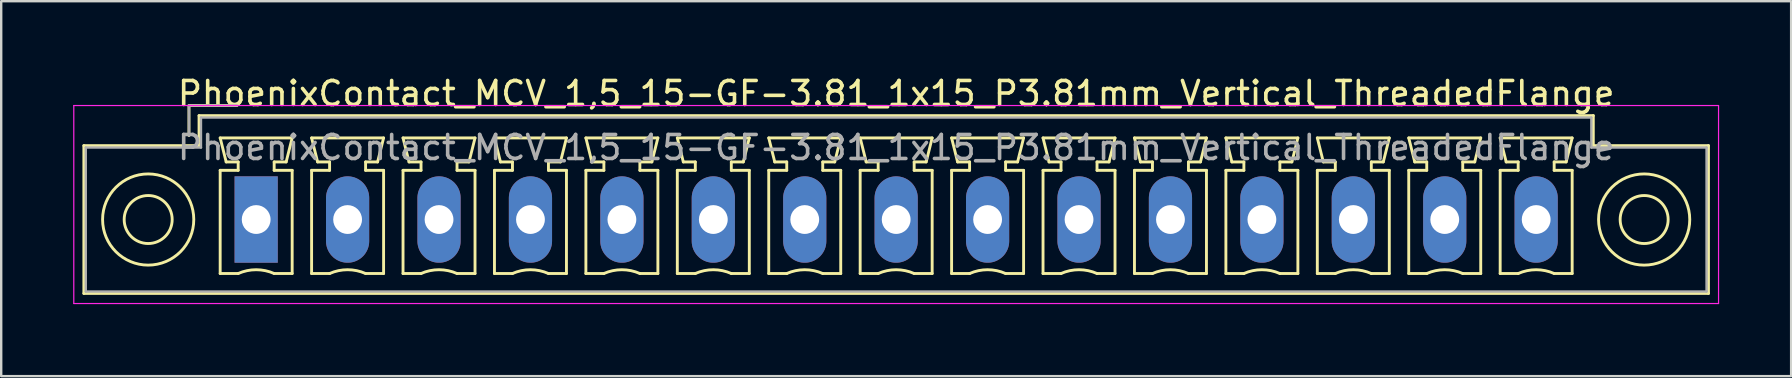
<source format=kicad_pcb>
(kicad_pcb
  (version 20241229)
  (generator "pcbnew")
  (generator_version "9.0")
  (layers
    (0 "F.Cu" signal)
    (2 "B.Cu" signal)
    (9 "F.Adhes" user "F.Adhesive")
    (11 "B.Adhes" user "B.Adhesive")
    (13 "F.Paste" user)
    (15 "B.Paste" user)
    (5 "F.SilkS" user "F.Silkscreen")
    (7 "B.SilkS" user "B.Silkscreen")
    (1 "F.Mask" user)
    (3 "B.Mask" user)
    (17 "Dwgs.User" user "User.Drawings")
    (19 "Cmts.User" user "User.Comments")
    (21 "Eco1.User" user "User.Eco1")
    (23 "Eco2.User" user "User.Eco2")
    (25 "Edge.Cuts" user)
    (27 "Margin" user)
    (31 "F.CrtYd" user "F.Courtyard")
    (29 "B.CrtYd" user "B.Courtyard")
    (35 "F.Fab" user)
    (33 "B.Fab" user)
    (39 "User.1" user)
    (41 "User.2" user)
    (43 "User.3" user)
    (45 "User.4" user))
  (footprint "PhoenixContact_MCV_1,5_15-GF-3.81_1x15_P3.81mm_Vertical_ThreadedFlange"
    (layer "F.Cu")
    (at 7.625 6.098)
    (property "Reference" "PhoenixContact_MCV_1,5_15-GF-3.81_1x15_P3.81mm_Vertical_ThreadedFlange" (at 26.67 -5.25 0) (layer "F.SilkS") (effects (font (size 1 1) (thickness 0.15))))
    (attr through_hole)
    (fp_line (start -7.18 -3.08) (end -7.18 3.08) (stroke (width 0.12) (type solid)) (layer "F.SilkS"))
    (fp_line (start -7.18 3.08) (end 60.52 3.08) (stroke (width 0.12) (type solid)) (layer "F.SilkS"))
    (fp_line (start -2.8 -4.75) (end -0.8 -4.75) (stroke (width 0.12) (type solid)) (layer "F.SilkS"))
    (fp_line (start -2.8 -3.5) (end -2.8 -4.75) (stroke (width 0.12) (type solid)) (layer "F.SilkS"))
    (fp_line (start -2.38 -4.33) (end -2.38 -3.08) (stroke (width 0.12) (type solid)) (layer "F.SilkS"))
    (fp_line (start -2.38 -3.08) (end -7.18 -3.08) (stroke (width 0.12) (type solid)) (layer "F.SilkS"))
    (fp_line (start -1.5 -3.4) (end 1.5 -3.4) (stroke (width 0.12) (type solid)) (layer "F.SilkS"))
    (fp_line (start -1.5 -2.05) (end -0.75 -2.05) (stroke (width 0.12) (type solid)) (layer "F.SilkS"))
    (fp_line (start -1.5 2.25) (end -1.5 -2.05) (stroke (width 0.12) (type solid)) (layer "F.SilkS"))
    (fp_line (start -1.25 -2.4) (end -1.5 -3.4) (stroke (width 0.12) (type solid)) (layer "F.SilkS"))
    (fp_line (start -0.75 -2.4) (end -1.25 -2.4) (stroke (width 0.12) (type solid)) (layer "F.SilkS"))
    (fp_line (start -0.75 -2.05) (end -0.75 -2.4) (stroke (width 0.12) (type solid)) (layer "F.SilkS"))
    (fp_line (start -0.75 2.25) (end -1.5 2.25) (stroke (width 0.12) (type solid)) (layer "F.SilkS"))
    (fp_line (start 0.75 -2.4) (end 0.75 -2.05) (stroke (width 0.12) (type solid)) (layer "F.SilkS"))
    (fp_line (start 0.75 -2.05) (end 1.5 -2.05) (stroke (width 0.12) (type solid)) (layer "F.SilkS"))
    (fp_line (start 1.25 -2.4) (end 0.75 -2.4) (stroke (width 0.12) (type solid)) (layer "F.SilkS"))
    (fp_line (start 1.5 -3.4) (end 1.25 -2.4) (stroke (width 0.12) (type solid)) (layer "F.SilkS"))
    (fp_line (start 1.5 -2.05) (end 1.5 2.25) (stroke (width 0.12) (type solid)) (layer "F.SilkS"))
    (fp_line (start 1.5 2.25) (end 0.75 2.25) (stroke (width 0.12) (type solid)) (layer "F.SilkS"))
    (fp_line (start 2.31 -3.4) (end 5.31 -3.4) (stroke (width 0.12) (type solid)) (layer "F.SilkS"))
    (fp_line (start 2.31 -2.05) (end 3.06 -2.05) (stroke (width 0.12) (type solid)) (layer "F.SilkS"))
    (fp_line (start 2.31 2.25) (end 2.31 -2.05) (stroke (width 0.12) (type solid)) (layer "F.SilkS"))
    (fp_line (start 2.56 -2.4) (end 2.31 -3.4) (stroke (width 0.12) (type solid)) (layer "F.SilkS"))
    (fp_line (start 3.06 -2.4) (end 2.56 -2.4) (stroke (width 0.12) (type solid)) (layer "F.SilkS"))
    (fp_line (start 3.06 -2.05) (end 3.06 -2.4) (stroke (width 0.12) (type solid)) (layer "F.SilkS"))
    (fp_line (start 3.06 2.25) (end 2.31 2.25) (stroke (width 0.12) (type solid)) (layer "F.SilkS"))
    (fp_line (start 4.56 -2.4) (end 4.56 -2.05) (stroke (width 0.12) (type solid)) (layer "F.SilkS"))
    (fp_line (start 4.56 -2.05) (end 5.31 -2.05) (stroke (width 0.12) (type solid)) (layer "F.SilkS"))
    (fp_line (start 5.06 -2.4) (end 4.56 -2.4) (stroke (width 0.12) (type solid)) (layer "F.SilkS"))
    (fp_line (start 5.31 -3.4) (end 5.06 -2.4) (stroke (width 0.12) (type solid)) (layer "F.SilkS"))
    (fp_line (start 5.31 -2.05) (end 5.31 2.25) (stroke (width 0.12) (type solid)) (layer "F.SilkS"))
    (fp_line (start 5.31 2.25) (end 4.56 2.25) (stroke (width 0.12) (type solid)) (layer "F.SilkS"))
    (fp_line (start 6.12 -3.4) (end 9.12 -3.4) (stroke (width 0.12) (type solid)) (layer "F.SilkS"))
    (fp_line (start 6.12 -2.05) (end 6.87 -2.05) (stroke (width 0.12) (type solid)) (layer "F.SilkS"))
    (fp_line (start 6.12 2.25) (end 6.12 -2.05) (stroke (width 0.12) (type solid)) (layer "F.SilkS"))
    (fp_line (start 6.37 -2.4) (end 6.12 -3.4) (stroke (width 0.12) (type solid)) (layer "F.SilkS"))
    (fp_line (start 6.87 -2.4) (end 6.37 -2.4) (stroke (width 0.12) (type solid)) (layer "F.SilkS"))
    (fp_line (start 6.87 -2.05) (end 6.87 -2.4) (stroke (width 0.12) (type solid)) (layer "F.SilkS"))
    (fp_line (start 6.87 2.25) (end 6.12 2.25) (stroke (width 0.12) (type solid)) (layer "F.SilkS"))
    (fp_line (start 8.37 -2.4) (end 8.37 -2.05) (stroke (width 0.12) (type solid)) (layer "F.SilkS"))
    (fp_line (start 8.37 -2.05) (end 9.12 -2.05) (stroke (width 0.12) (type solid)) (layer "F.SilkS"))
    (fp_line (start 8.87 -2.4) (end 8.37 -2.4) (stroke (width 0.12) (type solid)) (layer "F.SilkS"))
    (fp_line (start 9.12 -3.4) (end 8.87 -2.4) (stroke (width 0.12) (type solid)) (layer "F.SilkS"))
    (fp_line (start 9.12 -2.05) (end 9.12 2.25) (stroke (width 0.12) (type solid)) (layer "F.SilkS"))
    (fp_line (start 9.12 2.25) (end 8.37 2.25) (stroke (width 0.12) (type solid)) (layer "F.SilkS"))
    (fp_line (start 9.93 -3.4) (end 12.93 -3.4) (stroke (width 0.12) (type solid)) (layer "F.SilkS"))
    (fp_line (start 9.93 -2.05) (end 10.68 -2.05) (stroke (width 0.12) (type solid)) (layer "F.SilkS"))
    (fp_line (start 9.93 2.25) (end 9.93 -2.05) (stroke (width 0.12) (type solid)) (layer "F.SilkS"))
    (fp_line (start 10.18 -2.4) (end 9.93 -3.4) (stroke (width 0.12) (type solid)) (layer "F.SilkS"))
    (fp_line (start 10.68 -2.4) (end 10.18 -2.4) (stroke (width 0.12) (type solid)) (layer "F.SilkS"))
    (fp_line (start 10.68 -2.05) (end 10.68 -2.4) (stroke (width 0.12) (type solid)) (layer "F.SilkS"))
    (fp_line (start 10.68 2.25) (end 9.93 2.25) (stroke (width 0.12) (type solid)) (layer "F.SilkS"))
    (fp_line (start 12.18 -2.4) (end 12.18 -2.05) (stroke (width 0.12) (type solid)) (layer "F.SilkS"))
    (fp_line (start 12.18 -2.05) (end 12.93 -2.05) (stroke (width 0.12) (type solid)) (layer "F.SilkS"))
    (fp_line (start 12.68 -2.4) (end 12.18 -2.4) (stroke (width 0.12) (type solid)) (layer "F.SilkS"))
    (fp_line (start 12.93 -3.4) (end 12.68 -2.4) (stroke (width 0.12) (type solid)) (layer "F.SilkS"))
    (fp_line (start 12.93 -2.05) (end 12.93 2.25) (stroke (width 0.12) (type solid)) (layer "F.SilkS"))
    (fp_line (start 12.93 2.25) (end 12.18 2.25) (stroke (width 0.12) (type solid)) (layer "F.SilkS"))
    (fp_line (start 13.74 -3.4) (end 16.74 -3.4) (stroke (width 0.12) (type solid)) (layer "F.SilkS"))
    (fp_line (start 13.74 -2.05) (end 14.49 -2.05) (stroke (width 0.12) (type solid)) (layer "F.SilkS"))
    (fp_line (start 13.74 2.25) (end 13.74 -2.05) (stroke (width 0.12) (type solid)) (layer "F.SilkS"))
    (fp_line (start 13.99 -2.4) (end 13.74 -3.4) (stroke (width 0.12) (type solid)) (layer "F.SilkS"))
    (fp_line (start 14.49 -2.4) (end 13.99 -2.4) (stroke (width 0.12) (type solid)) (layer "F.SilkS"))
    (fp_line (start 14.49 -2.05) (end 14.49 -2.4) (stroke (width 0.12) (type solid)) (layer "F.SilkS"))
    (fp_line (start 14.49 2.25) (end 13.74 2.25) (stroke (width 0.12) (type solid)) (layer "F.SilkS"))
    (fp_line (start 15.99 -2.4) (end 15.99 -2.05) (stroke (width 0.12) (type solid)) (layer "F.SilkS"))
    (fp_line (start 15.99 -2.05) (end 16.74 -2.05) (stroke (width 0.12) (type solid)) (layer "F.SilkS"))
    (fp_line (start 16.49 -2.4) (end 15.99 -2.4) (stroke (width 0.12) (type solid)) (layer "F.SilkS"))
    (fp_line (start 16.74 -3.4) (end 16.49 -2.4) (stroke (width 0.12) (type solid)) (layer "F.SilkS"))
    (fp_line (start 16.74 -2.05) (end 16.74 2.25) (stroke (width 0.12) (type solid)) (layer "F.SilkS"))
    (fp_line (start 16.74 2.25) (end 15.99 2.25) (stroke (width 0.12) (type solid)) (layer "F.SilkS"))
    (fp_line (start 17.55 -3.4) (end 20.55 -3.4) (stroke (width 0.12) (type solid)) (layer "F.SilkS"))
    (fp_line (start 17.55 -2.05) (end 18.3 -2.05) (stroke (width 0.12) (type solid)) (layer "F.SilkS"))
    (fp_line (start 17.55 2.25) (end 17.55 -2.05) (stroke (width 0.12) (type solid)) (layer "F.SilkS"))
    (fp_line (start 17.8 -2.4) (end 17.55 -3.4) (stroke (width 0.12) (type solid)) (layer "F.SilkS"))
    (fp_line (start 18.3 -2.4) (end 17.8 -2.4) (stroke (width 0.12) (type solid)) (layer "F.SilkS"))
    (fp_line (start 18.3 -2.05) (end 18.3 -2.4) (stroke (width 0.12) (type solid)) (layer "F.SilkS"))
    (fp_line (start 18.3 2.25) (end 17.55 2.25) (stroke (width 0.12) (type solid)) (layer "F.SilkS"))
    (fp_line (start 19.8 -2.4) (end 19.8 -2.05) (stroke (width 0.12) (type solid)) (layer "F.SilkS"))
    (fp_line (start 19.8 -2.05) (end 20.55 -2.05) (stroke (width 0.12) (type solid)) (layer "F.SilkS"))
    (fp_line (start 20.3 -2.4) (end 19.8 -2.4) (stroke (width 0.12) (type solid)) (layer "F.SilkS"))
    (fp_line (start 20.55 -3.4) (end 20.3 -2.4) (stroke (width 0.12) (type solid)) (layer "F.SilkS"))
    (fp_line (start 20.55 -2.05) (end 20.55 2.25) (stroke (width 0.12) (type solid)) (layer "F.SilkS"))
    (fp_line (start 20.55 2.25) (end 19.8 2.25) (stroke (width 0.12) (type solid)) (layer "F.SilkS"))
    (fp_line (start 21.36 -3.4) (end 24.36 -3.4) (stroke (width 0.12) (type solid)) (layer "F.SilkS"))
    (fp_line (start 21.36 -2.05) (end 22.11 -2.05) (stroke (width 0.12) (type solid)) (layer "F.SilkS"))
    (fp_line (start 21.36 2.25) (end 21.36 -2.05) (stroke (width 0.12) (type solid)) (layer "F.SilkS"))
    (fp_line (start 21.61 -2.4) (end 21.36 -3.4) (stroke (width 0.12) (type solid)) (layer "F.SilkS"))
    (fp_line (start 22.11 -2.4) (end 21.61 -2.4) (stroke (width 0.12) (type solid)) (layer "F.SilkS"))
    (fp_line (start 22.11 -2.05) (end 22.11 -2.4) (stroke (width 0.12) (type solid)) (layer "F.SilkS"))
    (fp_line (start 22.11 2.25) (end 21.36 2.25) (stroke (width 0.12) (type solid)) (layer "F.SilkS"))
    (fp_line (start 23.61 -2.4) (end 23.61 -2.05) (stroke (width 0.12) (type solid)) (layer "F.SilkS"))
    (fp_line (start 23.61 -2.05) (end 24.36 -2.05) (stroke (width 0.12) (type solid)) (layer "F.SilkS"))
    (fp_line (start 24.11 -2.4) (end 23.61 -2.4) (stroke (width 0.12) (type solid)) (layer "F.SilkS"))
    (fp_line (start 24.36 -3.4) (end 24.11 -2.4) (stroke (width 0.12) (type solid)) (layer "F.SilkS"))
    (fp_line (start 24.36 -2.05) (end 24.36 2.25) (stroke (width 0.12) (type solid)) (layer "F.SilkS"))
    (fp_line (start 24.36 2.25) (end 23.61 2.25) (stroke (width 0.12) (type solid)) (layer "F.SilkS"))
    (fp_line (start 25.17 -3.4) (end 28.17 -3.4) (stroke (width 0.12) (type solid)) (layer "F.SilkS"))
    (fp_line (start 25.17 -2.05) (end 25.92 -2.05) (stroke (width 0.12) (type solid)) (layer "F.SilkS"))
    (fp_line (start 25.17 2.25) (end 25.17 -2.05) (stroke (width 0.12) (type solid)) (layer "F.SilkS"))
    (fp_line (start 25.42 -2.4) (end 25.17 -3.4) (stroke (width 0.12) (type solid)) (layer "F.SilkS"))
    (fp_line (start 25.92 -2.4) (end 25.42 -2.4) (stroke (width 0.12) (type solid)) (layer "F.SilkS"))
    (fp_line (start 25.92 -2.05) (end 25.92 -2.4) (stroke (width 0.12) (type solid)) (layer "F.SilkS"))
    (fp_line (start 25.92 2.25) (end 25.17 2.25) (stroke (width 0.12) (type solid)) (layer "F.SilkS"))
    (fp_line (start 27.42 -2.4) (end 27.42 -2.05) (stroke (width 0.12) (type solid)) (layer "F.SilkS"))
    (fp_line (start 27.42 -2.05) (end 28.17 -2.05) (stroke (width 0.12) (type solid)) (layer "F.SilkS"))
    (fp_line (start 27.92 -2.4) (end 27.42 -2.4) (stroke (width 0.12) (type solid)) (layer "F.SilkS"))
    (fp_line (start 28.17 -3.4) (end 27.92 -2.4) (stroke (width 0.12) (type solid)) (layer "F.SilkS"))
    (fp_line (start 28.17 -2.05) (end 28.17 2.25) (stroke (width 0.12) (type solid)) (layer "F.SilkS"))
    (fp_line (start 28.17 2.25) (end 27.42 2.25) (stroke (width 0.12) (type solid)) (layer "F.SilkS"))
    (fp_line (start 28.98 -3.4) (end 31.98 -3.4) (stroke (width 0.12) (type solid)) (layer "F.SilkS"))
    (fp_line (start 28.98 -2.05) (end 29.73 -2.05) (stroke (width 0.12) (type solid)) (layer "F.SilkS"))
    (fp_line (start 28.98 2.25) (end 28.98 -2.05) (stroke (width 0.12) (type solid)) (layer "F.SilkS"))
    (fp_line (start 29.23 -2.4) (end 28.98 -3.4) (stroke (width 0.12) (type solid)) (layer "F.SilkS"))
    (fp_line (start 29.73 -2.4) (end 29.23 -2.4) (stroke (width 0.12) (type solid)) (layer "F.SilkS"))
    (fp_line (start 29.73 -2.05) (end 29.73 -2.4) (stroke (width 0.12) (type solid)) (layer "F.SilkS"))
    (fp_line (start 29.73 2.25) (end 28.98 2.25) (stroke (width 0.12) (type solid)) (layer "F.SilkS"))
    (fp_line (start 31.23 -2.4) (end 31.23 -2.05) (stroke (width 0.12) (type solid)) (layer "F.SilkS"))
    (fp_line (start 31.23 -2.05) (end 31.98 -2.05) (stroke (width 0.12) (type solid)) (layer "F.SilkS"))
    (fp_line (start 31.73 -2.4) (end 31.23 -2.4) (stroke (width 0.12) (type solid)) (layer "F.SilkS"))
    (fp_line (start 31.98 -3.4) (end 31.73 -2.4) (stroke (width 0.12) (type solid)) (layer "F.SilkS"))
    (fp_line (start 31.98 -2.05) (end 31.98 2.25) (stroke (width 0.12) (type solid)) (layer "F.SilkS"))
    (fp_line (start 31.98 2.25) (end 31.23 2.25) (stroke (width 0.12) (type solid)) (layer "F.SilkS"))
    (fp_line (start 32.79 -3.4) (end 35.79 -3.4) (stroke (width 0.12) (type solid)) (layer "F.SilkS"))
    (fp_line (start 32.79 -2.05) (end 33.54 -2.05) (stroke (width 0.12) (type solid)) (layer "F.SilkS"))
    (fp_line (start 32.79 2.25) (end 32.79 -2.05) (stroke (width 0.12) (type solid)) (layer "F.SilkS"))
    (fp_line (start 33.04 -2.4) (end 32.79 -3.4) (stroke (width 0.12) (type solid)) (layer "F.SilkS"))
    (fp_line (start 33.54 -2.4) (end 33.04 -2.4) (stroke (width 0.12) (type solid)) (layer "F.SilkS"))
    (fp_line (start 33.54 -2.05) (end 33.54 -2.4) (stroke (width 0.12) (type solid)) (layer "F.SilkS"))
    (fp_line (start 33.54 2.25) (end 32.79 2.25) (stroke (width 0.12) (type solid)) (layer "F.SilkS"))
    (fp_line (start 35.04 -2.4) (end 35.04 -2.05) (stroke (width 0.12) (type solid)) (layer "F.SilkS"))
    (fp_line (start 35.04 -2.05) (end 35.79 -2.05) (stroke (width 0.12) (type solid)) (layer "F.SilkS"))
    (fp_line (start 35.54 -2.4) (end 35.04 -2.4) (stroke (width 0.12) (type solid)) (layer "F.SilkS"))
    (fp_line (start 35.79 -3.4) (end 35.54 -2.4) (stroke (width 0.12) (type solid)) (layer "F.SilkS"))
    (fp_line (start 35.79 -2.05) (end 35.79 2.25) (stroke (width 0.12) (type solid)) (layer "F.SilkS"))
    (fp_line (start 35.79 2.25) (end 35.04 2.25) (stroke (width 0.12) (type solid)) (layer "F.SilkS"))
    (fp_line (start 36.6 -3.4) (end 39.6 -3.4) (stroke (width 0.12) (type solid)) (layer "F.SilkS"))
    (fp_line (start 36.6 -2.05) (end 37.35 -2.05) (stroke (width 0.12) (type solid)) (layer "F.SilkS"))
    (fp_line (start 36.6 2.25) (end 36.6 -2.05) (stroke (width 0.12) (type solid)) (layer "F.SilkS"))
    (fp_line (start 36.85 -2.4) (end 36.6 -3.4) (stroke (width 0.12) (type solid)) (layer "F.SilkS"))
    (fp_line (start 37.35 -2.4) (end 36.85 -2.4) (stroke (width 0.12) (type solid)) (layer "F.SilkS"))
    (fp_line (start 37.35 -2.05) (end 37.35 -2.4) (stroke (width 0.12) (type solid)) (layer "F.SilkS"))
    (fp_line (start 37.35 2.25) (end 36.6 2.25) (stroke (width 0.12) (type solid)) (layer "F.SilkS"))
    (fp_line (start 38.85 -2.4) (end 38.85 -2.05) (stroke (width 0.12) (type solid)) (layer "F.SilkS"))
    (fp_line (start 38.85 -2.05) (end 39.6 -2.05) (stroke (width 0.12) (type solid)) (layer "F.SilkS"))
    (fp_line (start 39.35 -2.4) (end 38.85 -2.4) (stroke (width 0.12) (type solid)) (layer "F.SilkS"))
    (fp_line (start 39.6 -3.4) (end 39.35 -2.4) (stroke (width 0.12) (type solid)) (layer "F.SilkS"))
    (fp_line (start 39.6 -2.05) (end 39.6 2.25) (stroke (width 0.12) (type solid)) (layer "F.SilkS"))
    (fp_line (start 39.6 2.25) (end 38.85 2.25) (stroke (width 0.12) (type solid)) (layer "F.SilkS"))
    (fp_line (start 40.41 -3.4) (end 43.41 -3.4) (stroke (width 0.12) (type solid)) (layer "F.SilkS"))
    (fp_line (start 40.41 -2.05) (end 41.16 -2.05) (stroke (width 0.12) (type solid)) (layer "F.SilkS"))
    (fp_line (start 40.41 2.25) (end 40.41 -2.05) (stroke (width 0.12) (type solid)) (layer "F.SilkS"))
    (fp_line (start 40.66 -2.4) (end 40.41 -3.4) (stroke (width 0.12) (type solid)) (layer "F.SilkS"))
    (fp_line (start 41.16 -2.4) (end 40.66 -2.4) (stroke (width 0.12) (type solid)) (layer "F.SilkS"))
    (fp_line (start 41.16 -2.05) (end 41.16 -2.4) (stroke (width 0.12) (type solid)) (layer "F.SilkS"))
    (fp_line (start 41.16 2.25) (end 40.41 2.25) (stroke (width 0.12) (type solid)) (layer "F.SilkS"))
    (fp_line (start 42.66 -2.4) (end 42.66 -2.05) (stroke (width 0.12) (type solid)) (layer "F.SilkS"))
    (fp_line (start 42.66 -2.05) (end 43.41 -2.05) (stroke (width 0.12) (type solid)) (layer "F.SilkS"))
    (fp_line (start 43.16 -2.4) (end 42.66 -2.4) (stroke (width 0.12) (type solid)) (layer "F.SilkS"))
    (fp_line (start 43.41 -3.4) (end 43.16 -2.4) (stroke (width 0.12) (type solid)) (layer "F.SilkS"))
    (fp_line (start 43.41 -2.05) (end 43.41 2.25) (stroke (width 0.12) (type solid)) (layer "F.SilkS"))
    (fp_line (start 43.41 2.25) (end 42.66 2.25) (stroke (width 0.12) (type solid)) (layer "F.SilkS"))
    (fp_line (start 44.22 -3.4) (end 47.22 -3.4) (stroke (width 0.12) (type solid)) (layer "F.SilkS"))
    (fp_line (start 44.22 -2.05) (end 44.97 -2.05) (stroke (width 0.12) (type solid)) (layer "F.SilkS"))
    (fp_line (start 44.22 2.25) (end 44.22 -2.05) (stroke (width 0.12) (type solid)) (layer "F.SilkS"))
    (fp_line (start 44.47 -2.4) (end 44.22 -3.4) (stroke (width 0.12) (type solid)) (layer "F.SilkS"))
    (fp_line (start 44.97 -2.4) (end 44.47 -2.4) (stroke (width 0.12) (type solid)) (layer "F.SilkS"))
    (fp_line (start 44.97 -2.05) (end 44.97 -2.4) (stroke (width 0.12) (type solid)) (layer "F.SilkS"))
    (fp_line (start 44.97 2.25) (end 44.22 2.25) (stroke (width 0.12) (type solid)) (layer "F.SilkS"))
    (fp_line (start 46.47 -2.4) (end 46.47 -2.05) (stroke (width 0.12) (type solid)) (layer "F.SilkS"))
    (fp_line (start 46.47 -2.05) (end 47.22 -2.05) (stroke (width 0.12) (type solid)) (layer "F.SilkS"))
    (fp_line (start 46.97 -2.4) (end 46.47 -2.4) (stroke (width 0.12) (type solid)) (layer "F.SilkS"))
    (fp_line (start 47.22 -3.4) (end 46.97 -2.4) (stroke (width 0.12) (type solid)) (layer "F.SilkS"))
    (fp_line (start 47.22 -2.05) (end 47.22 2.25) (stroke (width 0.12) (type solid)) (layer "F.SilkS"))
    (fp_line (start 47.22 2.25) (end 46.47 2.25) (stroke (width 0.12) (type solid)) (layer "F.SilkS"))
    (fp_line (start 48.03 -3.4) (end 51.03 -3.4) (stroke (width 0.12) (type solid)) (layer "F.SilkS"))
    (fp_line (start 48.03 -2.05) (end 48.78 -2.05) (stroke (width 0.12) (type solid)) (layer "F.SilkS"))
    (fp_line (start 48.03 2.25) (end 48.03 -2.05) (stroke (width 0.12) (type solid)) (layer "F.SilkS"))
    (fp_line (start 48.28 -2.4) (end 48.03 -3.4) (stroke (width 0.12) (type solid)) (layer "F.SilkS"))
    (fp_line (start 48.78 -2.4) (end 48.28 -2.4) (stroke (width 0.12) (type solid)) (layer "F.SilkS"))
    (fp_line (start 48.78 -2.05) (end 48.78 -2.4) (stroke (width 0.12) (type solid)) (layer "F.SilkS"))
    (fp_line (start 48.78 2.25) (end 48.03 2.25) (stroke (width 0.12) (type solid)) (layer "F.SilkS"))
    (fp_line (start 50.28 -2.4) (end 50.28 -2.05) (stroke (width 0.12) (type solid)) (layer "F.SilkS"))
    (fp_line (start 50.28 -2.05) (end 51.03 -2.05) (stroke (width 0.12) (type solid)) (layer "F.SilkS"))
    (fp_line (start 50.78 -2.4) (end 50.28 -2.4) (stroke (width 0.12) (type solid)) (layer "F.SilkS"))
    (fp_line (start 51.03 -3.4) (end 50.78 -2.4) (stroke (width 0.12) (type solid)) (layer "F.SilkS"))
    (fp_line (start 51.03 -2.05) (end 51.03 2.25) (stroke (width 0.12) (type solid)) (layer "F.SilkS"))
    (fp_line (start 51.03 2.25) (end 50.28 2.25) (stroke (width 0.12) (type solid)) (layer "F.SilkS"))
    (fp_line (start 51.84 -3.4) (end 54.84 -3.4) (stroke (width 0.12) (type solid)) (layer "F.SilkS"))
    (fp_line (start 51.84 -2.05) (end 52.59 -2.05) (stroke (width 0.12) (type solid)) (layer "F.SilkS"))
    (fp_line (start 51.84 2.25) (end 51.84 -2.05) (stroke (width 0.12) (type solid)) (layer "F.SilkS"))
    (fp_line (start 52.09 -2.4) (end 51.84 -3.4) (stroke (width 0.12) (type solid)) (layer "F.SilkS"))
    (fp_line (start 52.59 -2.4) (end 52.09 -2.4) (stroke (width 0.12) (type solid)) (layer "F.SilkS"))
    (fp_line (start 52.59 -2.05) (end 52.59 -2.4) (stroke (width 0.12) (type solid)) (layer "F.SilkS"))
    (fp_line (start 52.59 2.25) (end 51.84 2.25) (stroke (width 0.12) (type solid)) (layer "F.SilkS"))
    (fp_line (start 54.09 -2.4) (end 54.09 -2.05) (stroke (width 0.12) (type solid)) (layer "F.SilkS"))
    (fp_line (start 54.09 -2.05) (end 54.84 -2.05) (stroke (width 0.12) (type solid)) (layer "F.SilkS"))
    (fp_line (start 54.59 -2.4) (end 54.09 -2.4) (stroke (width 0.12) (type solid)) (layer "F.SilkS"))
    (fp_line (start 54.84 -3.4) (end 54.59 -2.4) (stroke (width 0.12) (type solid)) (layer "F.SilkS"))
    (fp_line (start 54.84 -2.05) (end 54.84 2.25) (stroke (width 0.12) (type solid)) (layer "F.SilkS"))
    (fp_line (start 54.84 2.25) (end 54.09 2.25) (stroke (width 0.12) (type solid)) (layer "F.SilkS"))
    (fp_line (start 55.72 -4.33) (end -2.38 -4.33) (stroke (width 0.12) (type solid)) (layer "F.SilkS"))
    (fp_line (start 55.72 -3.08) (end 55.72 -4.33) (stroke (width 0.12) (type solid)) (layer "F.SilkS"))
    (fp_line (start 60.52 -3.08) (end 55.72 -3.08) (stroke (width 0.12) (type solid)) (layer "F.SilkS"))
    (fp_line (start 60.52 3.08) (end 60.52 -3.08) (stroke (width 0.12) (type solid)) (layer "F.SilkS"))
    (fp_arc (start -0.75 2.25) (mid -0.000193 2.09191) (end 0.749647 2.249844) (stroke (width 0.12) (type solid)) (layer "F.SilkS"))
    (fp_arc (start 3.06 2.25) (mid 3.809807 2.09191) (end 4.559647 2.249844) (stroke (width 0.12) (type solid)) (layer "F.SilkS"))
    (fp_arc (start 6.87 2.25) (mid 7.619807 2.09191) (end 8.369647 2.249844) (stroke (width 0.12) (type solid)) (layer "F.SilkS"))
    (fp_arc (start 10.68 2.25) (mid 11.429807 2.09191) (end 12.179647 2.249844) (stroke (width 0.12) (type solid)) (layer "F.SilkS"))
    (fp_arc (start 14.49 2.25) (mid 15.239807 2.09191) (end 15.989647 2.249844) (stroke (width 0.12) (type solid)) (layer "F.SilkS"))
    (fp_arc (start 18.3 2.25) (mid 19.049807 2.09191) (end 19.799647 2.249844) (stroke (width 0.12) (type solid)) (layer "F.SilkS"))
    (fp_arc (start 22.11 2.25) (mid 22.859807 2.09191) (end 23.609647 2.249844) (stroke (width 0.12) (type solid)) (layer "F.SilkS"))
    (fp_arc (start 25.92 2.25) (mid 26.669807 2.09191) (end 27.419647 2.249844) (stroke (width 0.12) (type solid)) (layer "F.SilkS"))
    (fp_arc (start 29.73 2.25) (mid 30.479807 2.09191) (end 31.229647 2.249844) (stroke (width 0.12) (type solid)) (layer "F.SilkS"))
    (fp_arc (start 33.54 2.25) (mid 34.289807 2.09191) (end 35.039647 2.249844) (stroke (width 0.12) (type solid)) (layer "F.SilkS"))
    (fp_arc (start 37.35 2.25) (mid 38.099807 2.09191) (end 38.849647 2.249844) (stroke (width 0.12) (type solid)) (layer "F.SilkS"))
    (fp_arc (start 41.16 2.25) (mid 41.909807 2.09191) (end 42.659647 2.249844) (stroke (width 0.12) (type solid)) (layer "F.SilkS"))
    (fp_arc (start 44.97 2.25) (mid 45.719807 2.09191) (end 46.469647 2.249844) (stroke (width 0.12) (type solid)) (layer "F.SilkS"))
    (fp_arc (start 48.78 2.25) (mid 49.529807 2.09191) (end 50.279647 2.249844) (stroke (width 0.12) (type solid)) (layer "F.SilkS"))
    (fp_arc (start 52.59 2.25) (mid 53.339807 2.09191) (end 54.089647 2.249844) (stroke (width 0.12) (type solid)) (layer "F.SilkS"))
    (fp_circle (center -4.5 0) (end -3.5 0) (stroke (width 0.12) (type solid)) (fill no) (layer "F.SilkS"))
    (fp_circle (center -4.5 0) (end -2.6 0) (stroke (width 0.12) (type solid)) (fill no) (layer "F.SilkS"))
    (fp_circle (center 57.84 0) (end 58.84 0) (stroke (width 0.12) (type solid)) (fill no) (layer "F.SilkS"))
    (fp_circle (center 57.84 0) (end 59.74 0) (stroke (width 0.12) (type solid)) (fill no) (layer "F.SilkS"))
    (fp_line (start -7.6 -4.75) (end -7.6 3.5) (stroke (width 0.05) (type solid)) (layer "F.CrtYd"))
    (fp_line (start -7.6 3.5) (end 60.94 3.5) (stroke (width 0.05) (type solid)) (layer "F.CrtYd"))
    (fp_line (start 60.94 -4.75) (end -7.6 -4.75) (stroke (width 0.05) (type solid)) (layer "F.CrtYd"))
    (fp_line (start 60.94 3.5) (end 60.94 -4.75) (stroke (width 0.05) (type solid)) (layer "F.CrtYd"))
    (fp_line (start -7.1 -3) (end -7.1 3) (stroke (width 0.1) (type solid)) (layer "F.Fab"))
    (fp_line (start -7.1 3) (end 60.44 3) (stroke (width 0.1) (type solid)) (layer "F.Fab"))
    (fp_line (start -2.8 -4.75) (end -0.8 -4.75) (stroke (width 0.1) (type solid)) (layer "F.Fab"))
    (fp_line (start -2.8 -3.5) (end -2.8 -4.75) (stroke (width 0.1) (type solid)) (layer "F.Fab"))
    (fp_line (start -2.3 -4.25) (end -2.3 -3) (stroke (width 0.1) (type solid)) (layer "F.Fab"))
    (fp_line (start -2.3 -3) (end -7.1 -3) (stroke (width 0.1) (type solid)) (layer "F.Fab"))
    (fp_line (start 55.64 -4.25) (end -2.3 -4.25) (stroke (width 0.1) (type solid)) (layer "F.Fab"))
    (fp_line (start 55.64 -3) (end 55.64 -4.25) (stroke (width 0.1) (type solid)) (layer "F.Fab"))
    (fp_line (start 60.44 -3) (end 55.64 -3) (stroke (width 0.1) (type solid)) (layer "F.Fab"))
    (fp_line (start 60.44 3) (end 60.44 -3) (stroke (width 0.1) (type solid)) (layer "F.Fab"))
    (fp_text user "${REFERENCE}" (at 26.67 -3 0) (layer "F.Fab") (effects (font (size 1 1) (thickness 0.15))))
    (pad "1" thru_hole rect (at 0 0) (size 1.8 3.6) (drill 1.2) (layers "*.Cu" "*.Mask"))
    (pad "2" thru_hole oval (at 3.81 0) (size 1.8 3.6) (drill 1.2) (layers "*.Cu" "*.Mask"))
    (pad "3" thru_hole oval (at 7.62 0) (size 1.8 3.6) (drill 1.2) (layers "*.Cu" "*.Mask"))
    (pad "4" thru_hole oval (at 11.43 0) (size 1.8 3.6) (drill 1.2) (layers "*.Cu" "*.Mask"))
    (pad "5" thru_hole oval (at 15.24 0) (size 1.8 3.6) (drill 1.2) (layers "*.Cu" "*.Mask"))
    (pad "6" thru_hole oval (at 19.05 0) (size 1.8 3.6) (drill 1.2) (layers "*.Cu" "*.Mask"))
    (pad "7" thru_hole oval (at 22.86 0) (size 1.8 3.6) (drill 1.2) (layers "*.Cu" "*.Mask"))
    (pad "8" thru_hole oval (at 26.67 0) (size 1.8 3.6) (drill 1.2) (layers "*.Cu" "*.Mask"))
    (pad "9" thru_hole oval (at 30.48 0) (size 1.8 3.6) (drill 1.2) (layers "*.Cu" "*.Mask"))
    (pad "10" thru_hole oval (at 34.29 0) (size 1.8 3.6) (drill 1.2) (layers "*.Cu" "*.Mask"))
    (pad "11" thru_hole oval (at 38.1 0) (size 1.8 3.6) (drill 1.2) (layers "*.Cu" "*.Mask"))
    (pad "12" thru_hole oval (at 41.91 0) (size 1.8 3.6) (drill 1.2) (layers "*.Cu" "*.Mask"))
    (pad "13" thru_hole oval (at 45.72 0) (size 1.8 3.6) (drill 1.2) (layers "*.Cu" "*.Mask"))
    (pad "14" thru_hole oval (at 49.53 0) (size 1.8 3.6) (drill 1.2) (layers "*.Cu" "*.Mask"))
    (pad "15" thru_hole oval (at 53.34 0) (size 1.8 3.6) (drill 1.2) (layers "*.Cu" "*.Mask")))
  (gr_rect
    (start -3 -3)
    (end 71.59 12.623)
    (stroke (width 0.1) (type default))
    (fill no)
    (layer "Edge.Cuts")))
</source>
